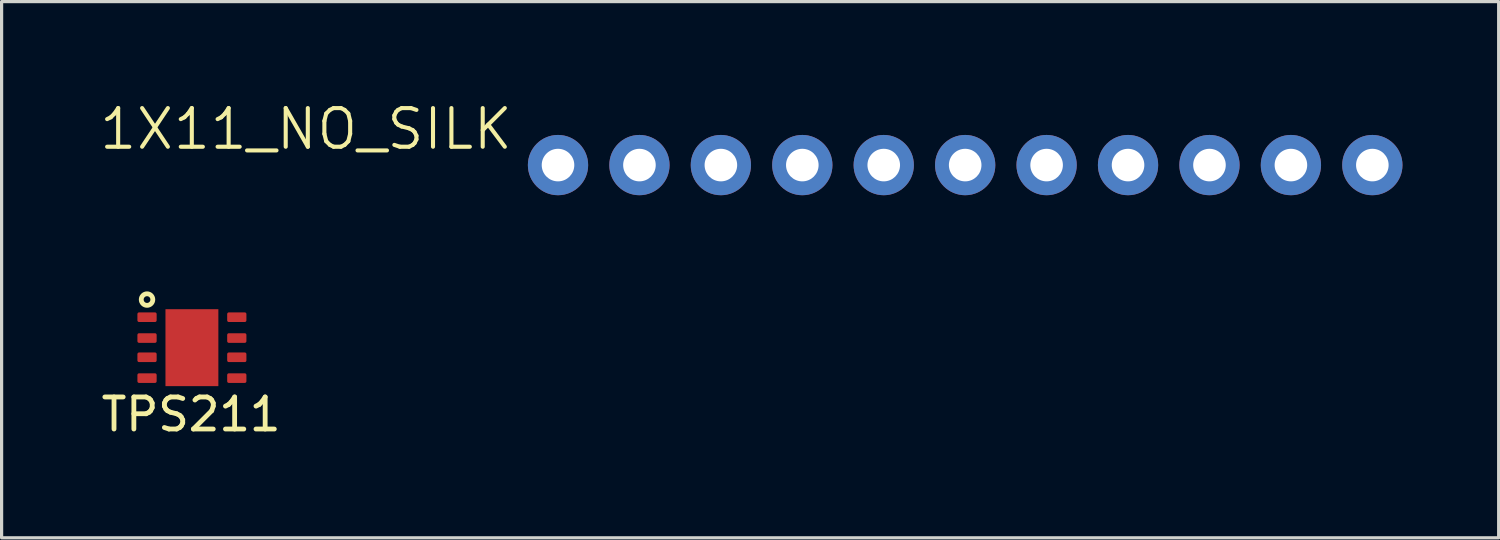
<source format=kicad_pcb>
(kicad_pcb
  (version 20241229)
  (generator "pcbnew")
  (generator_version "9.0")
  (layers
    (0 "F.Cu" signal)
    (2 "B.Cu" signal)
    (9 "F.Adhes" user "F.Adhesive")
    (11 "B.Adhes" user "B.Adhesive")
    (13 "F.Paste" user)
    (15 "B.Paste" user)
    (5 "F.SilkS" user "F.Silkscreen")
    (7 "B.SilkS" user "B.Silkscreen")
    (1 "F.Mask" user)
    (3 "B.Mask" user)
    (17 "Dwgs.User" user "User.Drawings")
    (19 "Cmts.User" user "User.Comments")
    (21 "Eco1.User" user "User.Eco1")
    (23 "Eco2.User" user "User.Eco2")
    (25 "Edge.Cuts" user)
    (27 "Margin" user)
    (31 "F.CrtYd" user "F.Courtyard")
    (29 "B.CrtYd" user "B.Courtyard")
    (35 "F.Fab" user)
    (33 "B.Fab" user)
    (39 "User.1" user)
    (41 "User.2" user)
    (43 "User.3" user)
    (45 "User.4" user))
  (footprint "1X11_NO_SILK"
    (layer "F.Cu")
    (at 14.355 2.099)
    (property "Reference" "1X11_NO_SILK" (at -1.346 -1.829 0) (layer "F.SilkS") (effects (font (size 1.206 1.206) (thickness 0.127)) (justify right top)))
    (attr through_hole)
    (fp_poly (pts (xy -0.254 0.254) (xy 0.254 0.254) (xy 0.254 -0.254) (xy -0.254 -0.254)) (stroke (width 0.1) (type solid)) (fill no) (layer "F.Fab"))
    (fp_poly (pts (xy 2.286 0.254) (xy 2.794 0.254) (xy 2.794 -0.254) (xy 2.286 -0.254)) (stroke (width 0.1) (type solid)) (fill no) (layer "F.Fab"))
    (fp_poly (pts (xy 4.826 0.254) (xy 5.334 0.254) (xy 5.334 -0.254) (xy 4.826 -0.254)) (stroke (width 0.1) (type solid)) (fill no) (layer "F.Fab"))
    (fp_poly (pts (xy 7.366 0.254) (xy 7.874 0.254) (xy 7.874 -0.254) (xy 7.366 -0.254)) (stroke (width 0.1) (type solid)) (fill no) (layer "F.Fab"))
    (fp_poly (pts (xy 9.906 0.254) (xy 10.414 0.254) (xy 10.414 -0.254) (xy 9.906 -0.254)) (stroke (width 0.1) (type solid)) (fill no) (layer "F.Fab"))
    (fp_poly (pts (xy 12.446 0.254) (xy 12.954 0.254) (xy 12.954 -0.254) (xy 12.446 -0.254)) (stroke (width 0.1) (type solid)) (fill no) (layer "F.Fab"))
    (fp_poly (pts (xy 14.986 0.254) (xy 15.494 0.254) (xy 15.494 -0.254) (xy 14.986 -0.254)) (stroke (width 0.1) (type solid)) (fill no) (layer "F.Fab"))
    (fp_poly (pts (xy 17.526 0.254) (xy 18.034 0.254) (xy 18.034 -0.254) (xy 17.526 -0.254)) (stroke (width 0.1) (type solid)) (fill no) (layer "F.Fab"))
    (fp_poly (pts (xy 20.066 0.254) (xy 20.574 0.254) (xy 20.574 -0.254) (xy 20.066 -0.254)) (stroke (width 0.1) (type solid)) (fill no) (layer "F.Fab"))
    (fp_poly (pts (xy 22.606 0.254) (xy 23.114 0.254) (xy 23.114 -0.254) (xy 22.606 -0.254)) (stroke (width 0.1) (type solid)) (fill no) (layer "F.Fab"))
    (fp_poly (pts (xy 25.146 0.254) (xy 25.654 0.254) (xy 25.654 -0.254) (xy 25.146 -0.254)) (stroke (width 0.1) (type solid)) (fill no) (layer "F.Fab"))
    (pad "1" thru_hole circle (at 0 0 90) (size 1.88 1.88) (drill 1.016) (layers "*.Cu" "*.Mask"))
    (pad "2" thru_hole circle (at 2.54 0 90) (size 1.88 1.88) (drill 1.016) (layers "*.Cu" "*.Mask"))
    (pad "3" thru_hole circle (at 5.08 0 90) (size 1.88 1.88) (drill 1.016) (layers "*.Cu" "*.Mask"))
    (pad "4" thru_hole circle (at 7.62 0 90) (size 1.88 1.88) (drill 1.016) (layers "*.Cu" "*.Mask"))
    (pad "5" thru_hole circle (at 10.16 0 90) (size 1.88 1.88) (drill 1.016) (layers "*.Cu" "*.Mask"))
    (pad "6" thru_hole circle (at 12.7 0 90) (size 1.88 1.88) (drill 1.016) (layers "*.Cu" "*.Mask"))
    (pad "7" thru_hole circle (at 15.24 0 90) (size 1.88 1.88) (drill 1.016) (layers "*.Cu" "*.Mask"))
    (pad "8" thru_hole circle (at 17.78 0 90) (size 1.88 1.88) (drill 1.016) (layers "*.Cu" "*.Mask"))
    (pad "9" thru_hole circle (at 20.32 0 90) (size 1.88 1.88) (drill 1.016) (layers "*.Cu" "*.Mask"))
    (pad "10" thru_hole circle (at 22.86 0 90) (size 1.88 1.88) (drill 1.016) (layers "*.Cu" "*.Mask"))
    (pad "11" thru_hole circle (at 25.4 0 90) (size 1.88 1.88) (drill 1.016) (layers "*.Cu" "*.Mask")))
  (footprint "TPS211"
    (layer "F.Cu")
    (at 2.936 7.794)
    (property "Reference" "TPS211" (at -0.025 2.083 0) (layer "F.SilkS") (effects (font (size 1 1) (thickness 0.15))))
    (attr through_hole)
    (fp_circle (center -1.4 -1.5) (end -1.5 -1.65) (stroke (width 0.15) (type solid)) (fill no) (layer "F.SilkS"))
    (pad "1" smd roundrect (at -1.4 -0.95) (size 0.6 0.3) (layers "F.Cu" "F.Mask" "F.Paste") (roundrect_rratio 0.17))
    (pad "2" smd roundrect (at -1.4 -0.3) (size 0.6 0.3) (layers "F.Cu" "F.Mask" "F.Paste") (roundrect_rratio 0.17))
    (pad "3" smd roundrect (at -1.4 0.3) (size 0.6 0.3) (layers "F.Cu" "F.Mask" "F.Paste") (roundrect_rratio 0.17))
    (pad "4" smd roundrect (at -1.4 0.95) (size 0.6 0.3) (layers "F.Cu" "F.Mask" "F.Paste") (roundrect_rratio 0.17))
    (pad "5" smd roundrect (at 1.4 0.95) (size 0.6 0.3) (layers "F.Cu" "F.Mask" "F.Paste") (roundrect_rratio 0.17))
    (pad "6" smd roundrect (at 1.4 0.3) (size 0.6 0.3) (layers "F.Cu" "F.Mask" "F.Paste") (roundrect_rratio 0.17))
    (pad "7" smd roundrect (at 1.4 -0.3) (size 0.6 0.3) (layers "F.Cu" "F.Mask" "F.Paste") (roundrect_rratio 0.17))
    (pad "8" smd roundrect (at 1.4 -0.95) (size 0.6 0.3) (layers "F.Cu" "F.Mask" "F.Paste") (roundrect_rratio 0.17))
    (pad "9" smd rect (at 0 0) (size 1.65 2.4) (layers "F.Cu" "F.Mask" "F.Paste")))
  (gr_rect
    (start -3 -3)
    (end 43.695 13.725)
    (stroke (width 0.1) (type default))
    (fill no)
    (layer "Edge.Cuts")))
</source>
